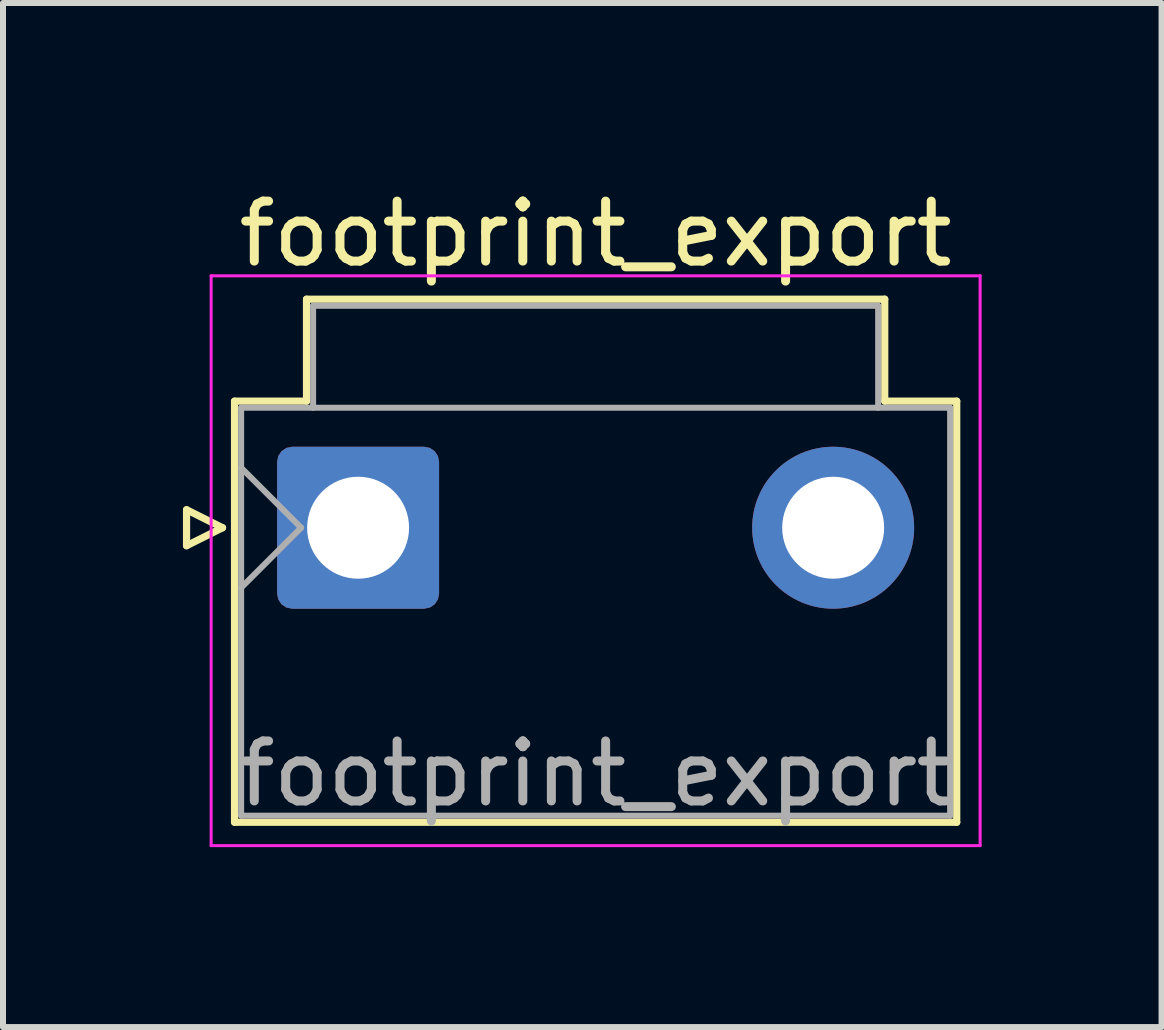
<source format=kicad_pcb>
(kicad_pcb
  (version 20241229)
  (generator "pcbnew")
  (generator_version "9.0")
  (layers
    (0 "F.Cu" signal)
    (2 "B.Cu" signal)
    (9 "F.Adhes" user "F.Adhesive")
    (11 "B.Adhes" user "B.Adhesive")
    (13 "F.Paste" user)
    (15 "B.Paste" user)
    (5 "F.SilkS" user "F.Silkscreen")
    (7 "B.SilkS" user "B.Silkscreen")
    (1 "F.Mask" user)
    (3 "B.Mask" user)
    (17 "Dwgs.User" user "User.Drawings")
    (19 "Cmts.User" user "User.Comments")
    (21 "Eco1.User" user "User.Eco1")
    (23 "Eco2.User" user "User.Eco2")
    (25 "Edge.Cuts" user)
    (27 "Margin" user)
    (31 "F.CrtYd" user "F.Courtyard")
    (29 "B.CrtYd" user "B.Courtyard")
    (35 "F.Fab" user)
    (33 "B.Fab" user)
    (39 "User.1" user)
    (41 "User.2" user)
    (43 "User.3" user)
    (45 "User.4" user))
  (footprint "footprint_export"
    (layer "F.Cu")
    (at 2.92 5.748)
    (property "Reference" "footprint_export" (at 3.96 -4.9 0) (layer "F.SilkS") (effects (font (size 1 1) (thickness 0.15))))
    (attr through_hole)
    (fp_line (start -2.86 -0.3) (end -2.26 0) (stroke (width 0.12) (type solid)) (layer "F.SilkS"))
    (fp_line (start -2.86 0.3) (end -2.86 -0.3) (stroke (width 0.12) (type solid)) (layer "F.SilkS"))
    (fp_line (start -2.26 0) (end -2.86 0.3) (stroke (width 0.12) (type solid)) (layer "F.SilkS"))
    (fp_line (start -2.06 -2.11) (end -0.86 -2.11) (stroke (width 0.12) (type solid)) (layer "F.SilkS"))
    (fp_line (start -2.06 4.91) (end -2.06 -2.11) (stroke (width 0.12) (type solid)) (layer "F.SilkS"))
    (fp_line (start -0.86 -3.81) (end 8.78 -3.81) (stroke (width 0.12) (type solid)) (layer "F.SilkS"))
    (fp_line (start -0.86 -2.11) (end -0.86 -3.81) (stroke (width 0.12) (type solid)) (layer "F.SilkS"))
    (fp_line (start 8.78 -3.81) (end 8.78 -2.11) (stroke (width 0.12) (type solid)) (layer "F.SilkS"))
    (fp_line (start 8.78 -2.11) (end 9.98 -2.11) (stroke (width 0.12) (type solid)) (layer "F.SilkS"))
    (fp_line (start 9.98 -2.11) (end 9.98 4.91) (stroke (width 0.12) (type solid)) (layer "F.SilkS"))
    (fp_line (start 9.98 4.91) (end -2.06 4.91) (stroke (width 0.12) (type solid)) (layer "F.SilkS"))
    (fp_line (start -2.45 -4.2) (end -2.45 5.3) (stroke (width 0.05) (type solid)) (layer "F.CrtYd"))
    (fp_line (start -2.45 5.3) (end 10.37 5.3) (stroke (width 0.05) (type solid)) (layer "F.CrtYd"))
    (fp_line (start 10.37 -4.2) (end -2.45 -4.2) (stroke (width 0.05) (type solid)) (layer "F.CrtYd"))
    (fp_line (start 10.37 5.3) (end 10.37 -4.2) (stroke (width 0.05) (type solid)) (layer "F.CrtYd"))
    (fp_line (start -1.95 -2) (end -1.95 4.8) (stroke (width 0.1) (type solid)) (layer "F.Fab"))
    (fp_line (start -1.95 -1) (end -0.95 0) (stroke (width 0.1) (type solid)) (layer "F.Fab"))
    (fp_line (start -1.95 1) (end -0.95 0) (stroke (width 0.1) (type solid)) (layer "F.Fab"))
    (fp_line (start -1.95 4.8) (end 9.87 4.8) (stroke (width 0.1) (type solid)) (layer "F.Fab"))
    (fp_line (start -0.75 -3.7) (end 8.67 -3.7) (stroke (width 0.1) (type solid)) (layer "F.Fab"))
    (fp_line (start -0.75 -2) (end -0.75 -3.7) (stroke (width 0.1) (type solid)) (layer "F.Fab"))
    (fp_line (start 8.67 -3.7) (end 8.67 -2) (stroke (width 0.1) (type solid)) (layer "F.Fab"))
    (fp_line (start 9.87 -2) (end -1.95 -2) (stroke (width 0.1) (type solid)) (layer "F.Fab"))
    (fp_line (start 9.87 4.8) (end 9.87 -2) (stroke (width 0.1) (type solid)) (layer "F.Fab"))
    (fp_text user "${REFERENCE}" (at 3.96 4.1 0) (layer "F.Fab") (effects (font (size 1 1) (thickness 0.15))))
    (pad "1" thru_hole roundrect (at 0 0) (size 2.7 2.7) (drill 1.7) (layers "*.Cu" "*.Mask") (roundrect_rratio 0.093))
    (pad "2" thru_hole circle (at 7.92 0) (size 2.7 2.7) (drill 1.7) (layers "*.Cu" "*.Mask")))
  (gr_rect
    (start -3 -3)
    (end 16.315 14.073)
    (stroke (width 0.1) (type default))
    (fill no)
    (layer "Edge.Cuts")))
</source>
